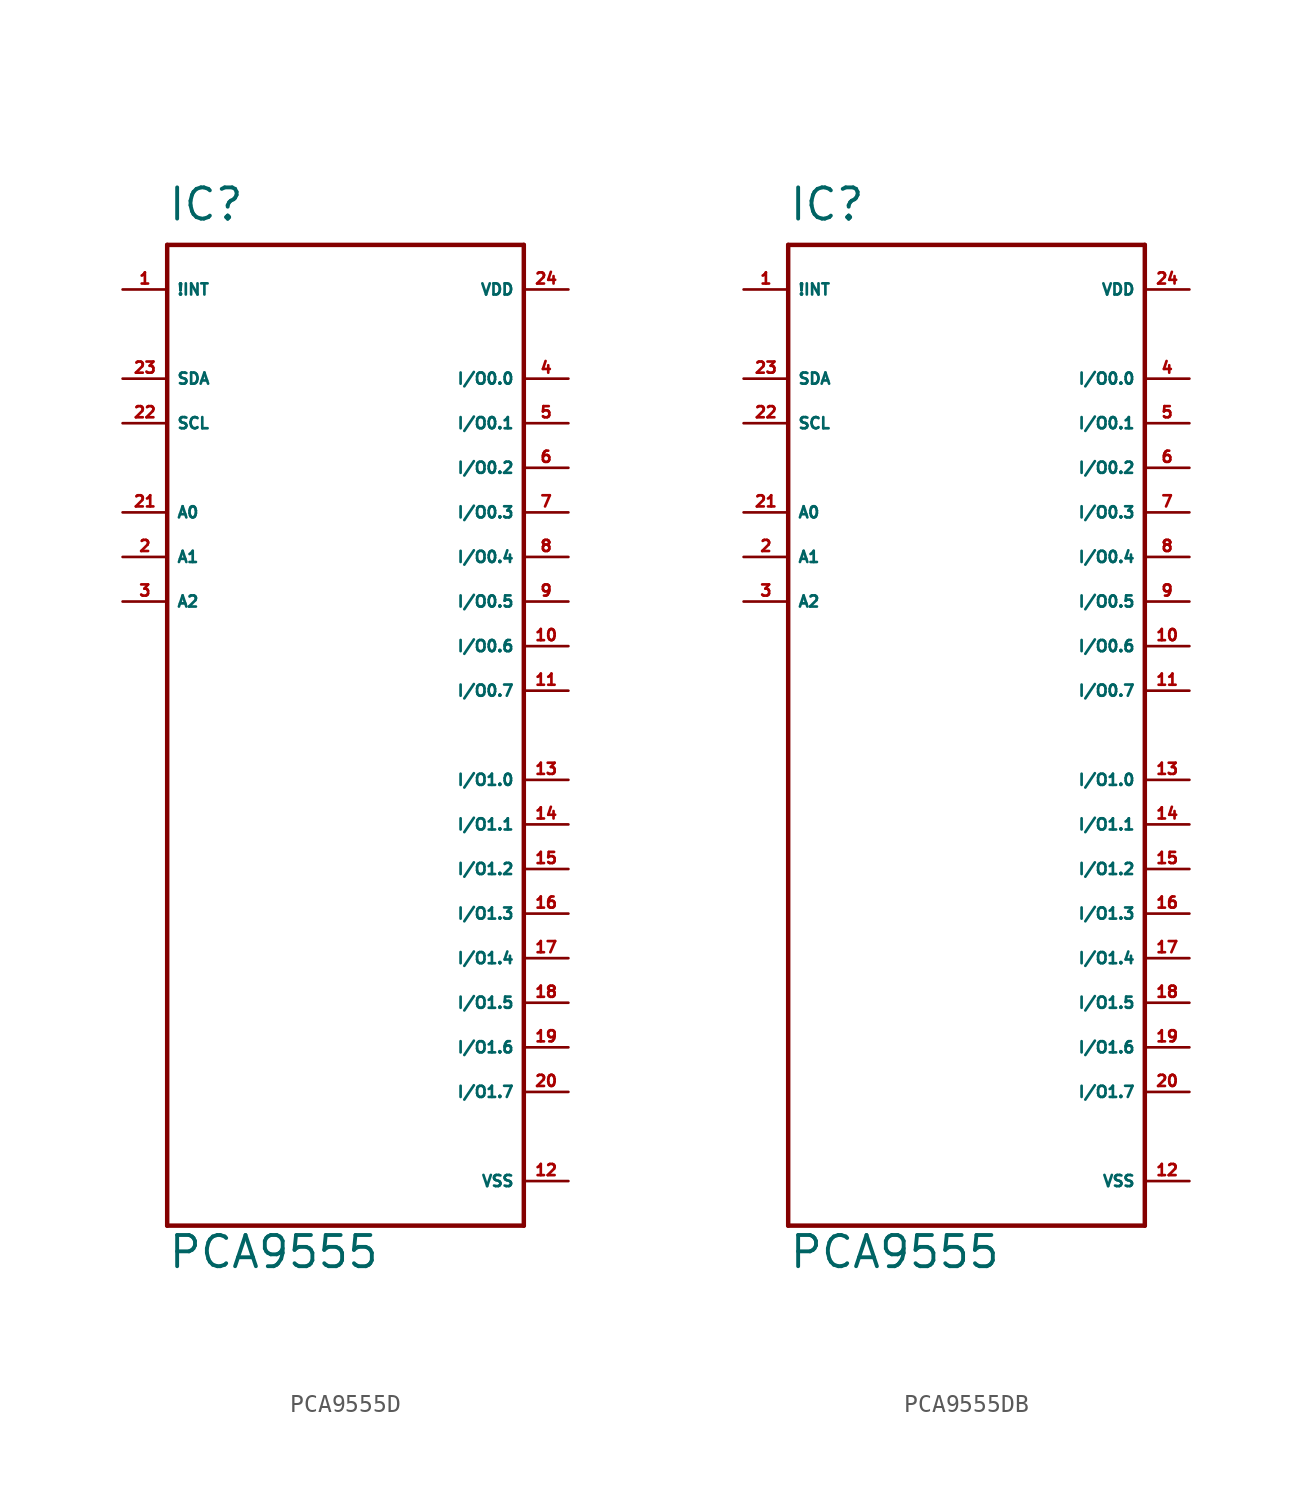
<source format=kicad_sym>
(kicad_symbol_lib
  (version 20220914)
  (generator Eagle2Kicad)
  (symbol "PCA9555D"
    (property "Reference" "IC"
      (at -10.16 29.21 0)
      (effects (font (size 1.778 1.778) (thickness 0.22)) (justify left bottom)))
    (property "Value" "PCA9555"
      (at -10.16 -30.48 0)
      (effects (font (size 1.778 1.778) (thickness 0.22)) (justify left bottom)))
    (polyline
      (pts (xy -10.16 27.94) (xy 10.16 27.94))
      (stroke (width 0.254) (type default))
      (fill (type none)))
    (polyline
      (pts (xy 10.16 27.94) (xy 10.16 -27.94))
      (stroke (width 0.254) (type default))
      (fill (type none)))
    (polyline
      (pts (xy 10.16 -27.94) (xy -10.16 -27.94))
      (stroke (width 0.254) (type default))
      (fill (type none)))
    (polyline
      (pts (xy -10.16 -27.94) (xy -10.16 27.94))
      (stroke (width 0.254) (type default))
      (fill (type none)))
    (pin input line
      (at -12.7 17.78 0)
      (length 2.54)
      (name "SCL" (effects (font (size 0.635 0.635) (thickness 0.08)) (justify left bottom)))
      (number "22" (effects (font (size 0.635 0.635) (thickness 0.08)) (justify left bottom))))
    (pin bidirectional line
      (at -12.7 20.32 0)
      (length 2.54)
      (name "SDA" (effects (font (size 0.635 0.635) (thickness 0.08)) (justify left bottom)))
      (number "23" (effects (font (size 0.635 0.635) (thickness 0.08)) (justify left bottom))))
    (pin input line
      (at -12.7 12.7 0)
      (length 2.54)
      (name "A0" (effects (font (size 0.635 0.635) (thickness 0.08)) (justify left bottom)))
      (number "21" (effects (font (size 0.635 0.635) (thickness 0.08)) (justify left bottom))))
    (pin input line
      (at -12.7 10.16 0)
      (length 2.54)
      (name "A1" (effects (font (size 0.635 0.635) (thickness 0.08)) (justify left bottom)))
      (number "2" (effects (font (size 0.635 0.635) (thickness 0.08)) (justify left bottom))))
    (pin input line
      (at -12.7 7.62 0)
      (length 2.54)
      (name "A2" (effects (font (size 0.635 0.635) (thickness 0.08)) (justify left bottom)))
      (number "3" (effects (font (size 0.635 0.635) (thickness 0.08)) (justify left bottom))))
    (pin output line
      (at -12.7 25.4 0)
      (length 2.54)
      (name "!INT" (effects (font (size 0.635 0.635) (thickness 0.08)) (justify left bottom)))
      (number "1" (effects (font (size 0.635 0.635) (thickness 0.08)) (justify left bottom))))
    (pin unspecified line
      (at 12.7 -25.4 180)
      (length 2.54)
      (name "VSS" (effects (font (size 0.635 0.635) (thickness 0.08)) (justify left bottom)))
      (number "12" (effects (font (size 0.635 0.635) (thickness 0.08)) (justify left bottom))))
    (pin unspecified line
      (at 12.7 25.4 180)
      (length 2.54)
      (name "VDD" (effects (font (size 0.635 0.635) (thickness 0.08)) (justify left bottom)))
      (number "24" (effects (font (size 0.635 0.635) (thickness 0.08)) (justify left bottom))))
    (pin bidirectional line
      (at 12.7 20.32 180)
      (length 2.54)
      (name "I/O0.0" (effects (font (size 0.635 0.635) (thickness 0.08)) (justify left bottom)))
      (number "4" (effects (font (size 0.635 0.635) (thickness 0.08)) (justify left bottom))))
    (pin bidirectional line
      (at 12.7 17.78 180)
      (length 2.54)
      (name "I/O0.1" (effects (font (size 0.635 0.635) (thickness 0.08)) (justify left bottom)))
      (number "5" (effects (font (size 0.635 0.635) (thickness 0.08)) (justify left bottom))))
    (pin bidirectional line
      (at 12.7 15.24 180)
      (length 2.54)
      (name "I/O0.2" (effects (font (size 0.635 0.635) (thickness 0.08)) (justify left bottom)))
      (number "6" (effects (font (size 0.635 0.635) (thickness 0.08)) (justify left bottom))))
    (pin bidirectional line
      (at 12.7 12.7 180)
      (length 2.54)
      (name "I/O0.3" (effects (font (size 0.635 0.635) (thickness 0.08)) (justify left bottom)))
      (number "7" (effects (font (size 0.635 0.635) (thickness 0.08)) (justify left bottom))))
    (pin bidirectional line
      (at 12.7 10.16 180)
      (length 2.54)
      (name "I/O0.4" (effects (font (size 0.635 0.635) (thickness 0.08)) (justify left bottom)))
      (number "8" (effects (font (size 0.635 0.635) (thickness 0.08)) (justify left bottom))))
    (pin bidirectional line
      (at 12.7 7.62 180)
      (length 2.54)
      (name "I/O0.5" (effects (font (size 0.635 0.635) (thickness 0.08)) (justify left bottom)))
      (number "9" (effects (font (size 0.635 0.635) (thickness 0.08)) (justify left bottom))))
    (pin bidirectional line
      (at 12.7 5.08 180)
      (length 2.54)
      (name "I/O0.6" (effects (font (size 0.635 0.635) (thickness 0.08)) (justify left bottom)))
      (number "10" (effects (font (size 0.635 0.635) (thickness 0.08)) (justify left bottom))))
    (pin bidirectional line
      (at 12.7 2.54 180)
      (length 2.54)
      (name "I/O0.7" (effects (font (size 0.635 0.635) (thickness 0.08)) (justify left bottom)))
      (number "11" (effects (font (size 0.635 0.635) (thickness 0.08)) (justify left bottom))))
    (pin bidirectional line
      (at 12.7 -2.54 180)
      (length 2.54)
      (name "I/O1.0" (effects (font (size 0.635 0.635) (thickness 0.08)) (justify left bottom)))
      (number "13" (effects (font (size 0.635 0.635) (thickness 0.08)) (justify left bottom))))
    (pin bidirectional line
      (at 12.7 -5.08 180)
      (length 2.54)
      (name "I/O1.1" (effects (font (size 0.635 0.635) (thickness 0.08)) (justify left bottom)))
      (number "14" (effects (font (size 0.635 0.635) (thickness 0.08)) (justify left bottom))))
    (pin bidirectional line
      (at 12.7 -7.62 180)
      (length 2.54)
      (name "I/O1.2" (effects (font (size 0.635 0.635) (thickness 0.08)) (justify left bottom)))
      (number "15" (effects (font (size 0.635 0.635) (thickness 0.08)) (justify left bottom))))
    (pin bidirectional line
      (at 12.7 -10.16 180)
      (length 2.54)
      (name "I/O1.3" (effects (font (size 0.635 0.635) (thickness 0.08)) (justify left bottom)))
      (number "16" (effects (font (size 0.635 0.635) (thickness 0.08)) (justify left bottom))))
    (pin bidirectional line
      (at 12.7 -12.7 180)
      (length 2.54)
      (name "I/O1.4" (effects (font (size 0.635 0.635) (thickness 0.08)) (justify left bottom)))
      (number "17" (effects (font (size 0.635 0.635) (thickness 0.08)) (justify left bottom))))
    (pin bidirectional line
      (at 12.7 -15.24 180)
      (length 2.54)
      (name "I/O1.5" (effects (font (size 0.635 0.635) (thickness 0.08)) (justify left bottom)))
      (number "18" (effects (font (size 0.635 0.635) (thickness 0.08)) (justify left bottom))))
    (pin bidirectional line
      (at 12.7 -17.78 180)
      (length 2.54)
      (name "I/O1.6" (effects (font (size 0.635 0.635) (thickness 0.08)) (justify left bottom)))
      (number "19" (effects (font (size 0.635 0.635) (thickness 0.08)) (justify left bottom))))
    (pin bidirectional line
      (at 12.7 -20.32 180)
      (length 2.54)
      (name "I/O1.7" (effects (font (size 0.635 0.635) (thickness 0.08)) (justify left bottom)))
      (number "20" (effects (font (size 0.635 0.635) (thickness 0.08)) (justify left bottom)))))
  (symbol "PCA9555DB"
    (property "Reference" "IC"
      (at -10.16 29.21 0)
      (effects (font (size 1.778 1.778) (thickness 0.22)) (justify left bottom)))
    (property "Value" "PCA9555"
      (at -10.16 -30.48 0)
      (effects (font (size 1.778 1.778) (thickness 0.22)) (justify left bottom)))
    (polyline
      (pts (xy -10.16 27.94) (xy 10.16 27.94))
      (stroke (width 0.254) (type default))
      (fill (type none)))
    (polyline
      (pts (xy 10.16 27.94) (xy 10.16 -27.94))
      (stroke (width 0.254) (type default))
      (fill (type none)))
    (polyline
      (pts (xy 10.16 -27.94) (xy -10.16 -27.94))
      (stroke (width 0.254) (type default))
      (fill (type none)))
    (polyline
      (pts (xy -10.16 -27.94) (xy -10.16 27.94))
      (stroke (width 0.254) (type default))
      (fill (type none)))
    (pin input line
      (at -12.7 17.78 0)
      (length 2.54)
      (name "SCL" (effects (font (size 0.635 0.635) (thickness 0.08)) (justify left bottom)))
      (number "22" (effects (font (size 0.635 0.635) (thickness 0.08)) (justify left bottom))))
    (pin bidirectional line
      (at -12.7 20.32 0)
      (length 2.54)
      (name "SDA" (effects (font (size 0.635 0.635) (thickness 0.08)) (justify left bottom)))
      (number "23" (effects (font (size 0.635 0.635) (thickness 0.08)) (justify left bottom))))
    (pin input line
      (at -12.7 12.7 0)
      (length 2.54)
      (name "A0" (effects (font (size 0.635 0.635) (thickness 0.08)) (justify left bottom)))
      (number "21" (effects (font (size 0.635 0.635) (thickness 0.08)) (justify left bottom))))
    (pin input line
      (at -12.7 10.16 0)
      (length 2.54)
      (name "A1" (effects (font (size 0.635 0.635) (thickness 0.08)) (justify left bottom)))
      (number "2" (effects (font (size 0.635 0.635) (thickness 0.08)) (justify left bottom))))
    (pin input line
      (at -12.7 7.62 0)
      (length 2.54)
      (name "A2" (effects (font (size 0.635 0.635) (thickness 0.08)) (justify left bottom)))
      (number "3" (effects (font (size 0.635 0.635) (thickness 0.08)) (justify left bottom))))
    (pin output line
      (at -12.7 25.4 0)
      (length 2.54)
      (name "!INT" (effects (font (size 0.635 0.635) (thickness 0.08)) (justify left bottom)))
      (number "1" (effects (font (size 0.635 0.635) (thickness 0.08)) (justify left bottom))))
    (pin unspecified line
      (at 12.7 -25.4 180)
      (length 2.54)
      (name "VSS" (effects (font (size 0.635 0.635) (thickness 0.08)) (justify left bottom)))
      (number "12" (effects (font (size 0.635 0.635) (thickness 0.08)) (justify left bottom))))
    (pin unspecified line
      (at 12.7 25.4 180)
      (length 2.54)
      (name "VDD" (effects (font (size 0.635 0.635) (thickness 0.08)) (justify left bottom)))
      (number "24" (effects (font (size 0.635 0.635) (thickness 0.08)) (justify left bottom))))
    (pin bidirectional line
      (at 12.7 20.32 180)
      (length 2.54)
      (name "I/O0.0" (effects (font (size 0.635 0.635) (thickness 0.08)) (justify left bottom)))
      (number "4" (effects (font (size 0.635 0.635) (thickness 0.08)) (justify left bottom))))
    (pin bidirectional line
      (at 12.7 17.78 180)
      (length 2.54)
      (name "I/O0.1" (effects (font (size 0.635 0.635) (thickness 0.08)) (justify left bottom)))
      (number "5" (effects (font (size 0.635 0.635) (thickness 0.08)) (justify left bottom))))
    (pin bidirectional line
      (at 12.7 15.24 180)
      (length 2.54)
      (name "I/O0.2" (effects (font (size 0.635 0.635) (thickness 0.08)) (justify left bottom)))
      (number "6" (effects (font (size 0.635 0.635) (thickness 0.08)) (justify left bottom))))
    (pin bidirectional line
      (at 12.7 12.7 180)
      (length 2.54)
      (name "I/O0.3" (effects (font (size 0.635 0.635) (thickness 0.08)) (justify left bottom)))
      (number "7" (effects (font (size 0.635 0.635) (thickness 0.08)) (justify left bottom))))
    (pin bidirectional line
      (at 12.7 10.16 180)
      (length 2.54)
      (name "I/O0.4" (effects (font (size 0.635 0.635) (thickness 0.08)) (justify left bottom)))
      (number "8" (effects (font (size 0.635 0.635) (thickness 0.08)) (justify left bottom))))
    (pin bidirectional line
      (at 12.7 7.62 180)
      (length 2.54)
      (name "I/O0.5" (effects (font (size 0.635 0.635) (thickness 0.08)) (justify left bottom)))
      (number "9" (effects (font (size 0.635 0.635) (thickness 0.08)) (justify left bottom))))
    (pin bidirectional line
      (at 12.7 5.08 180)
      (length 2.54)
      (name "I/O0.6" (effects (font (size 0.635 0.635) (thickness 0.08)) (justify left bottom)))
      (number "10" (effects (font (size 0.635 0.635) (thickness 0.08)) (justify left bottom))))
    (pin bidirectional line
      (at 12.7 2.54 180)
      (length 2.54)
      (name "I/O0.7" (effects (font (size 0.635 0.635) (thickness 0.08)) (justify left bottom)))
      (number "11" (effects (font (size 0.635 0.635) (thickness 0.08)) (justify left bottom))))
    (pin bidirectional line
      (at 12.7 -2.54 180)
      (length 2.54)
      (name "I/O1.0" (effects (font (size 0.635 0.635) (thickness 0.08)) (justify left bottom)))
      (number "13" (effects (font (size 0.635 0.635) (thickness 0.08)) (justify left bottom))))
    (pin bidirectional line
      (at 12.7 -5.08 180)
      (length 2.54)
      (name "I/O1.1" (effects (font (size 0.635 0.635) (thickness 0.08)) (justify left bottom)))
      (number "14" (effects (font (size 0.635 0.635) (thickness 0.08)) (justify left bottom))))
    (pin bidirectional line
      (at 12.7 -7.62 180)
      (length 2.54)
      (name "I/O1.2" (effects (font (size 0.635 0.635) (thickness 0.08)) (justify left bottom)))
      (number "15" (effects (font (size 0.635 0.635) (thickness 0.08)) (justify left bottom))))
    (pin bidirectional line
      (at 12.7 -10.16 180)
      (length 2.54)
      (name "I/O1.3" (effects (font (size 0.635 0.635) (thickness 0.08)) (justify left bottom)))
      (number "16" (effects (font (size 0.635 0.635) (thickness 0.08)) (justify left bottom))))
    (pin bidirectional line
      (at 12.7 -12.7 180)
      (length 2.54)
      (name "I/O1.4" (effects (font (size 0.635 0.635) (thickness 0.08)) (justify left bottom)))
      (number "17" (effects (font (size 0.635 0.635) (thickness 0.08)) (justify left bottom))))
    (pin bidirectional line
      (at 12.7 -15.24 180)
      (length 2.54)
      (name "I/O1.5" (effects (font (size 0.635 0.635) (thickness 0.08)) (justify left bottom)))
      (number "18" (effects (font (size 0.635 0.635) (thickness 0.08)) (justify left bottom))))
    (pin bidirectional line
      (at 12.7 -17.78 180)
      (length 2.54)
      (name "I/O1.6" (effects (font (size 0.635 0.635) (thickness 0.08)) (justify left bottom)))
      (number "19" (effects (font (size 0.635 0.635) (thickness 0.08)) (justify left bottom))))
    (pin bidirectional line
      (at 12.7 -20.32 180)
      (length 2.54)
      (name "I/O1.7" (effects (font (size 0.635 0.635) (thickness 0.08)) (justify left bottom)))
      (number "20" (effects (font (size 0.635 0.635) (thickness 0.08)) (justify left bottom))))))
</source>
